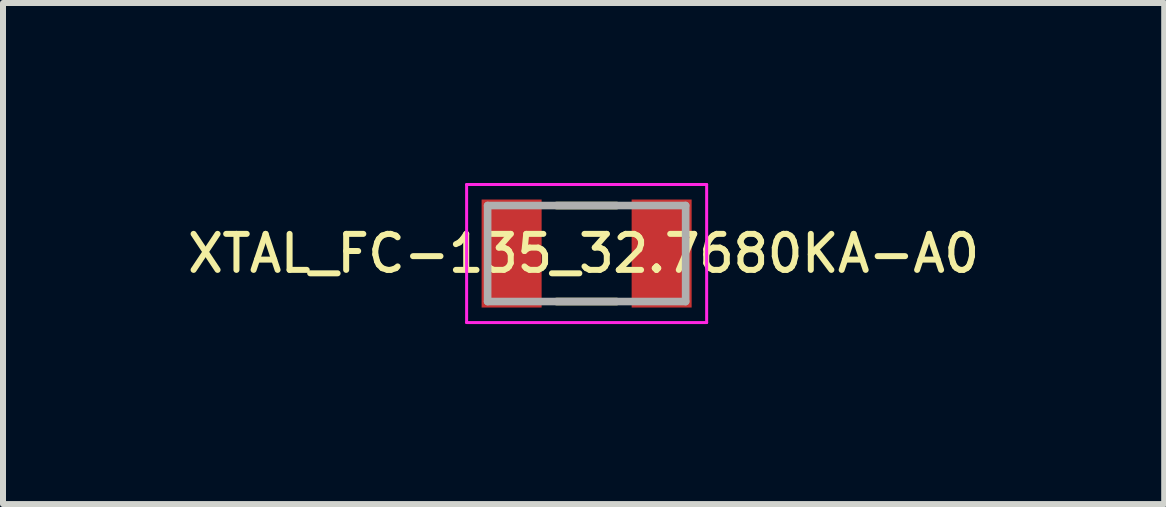
<source format=kicad_pcb>
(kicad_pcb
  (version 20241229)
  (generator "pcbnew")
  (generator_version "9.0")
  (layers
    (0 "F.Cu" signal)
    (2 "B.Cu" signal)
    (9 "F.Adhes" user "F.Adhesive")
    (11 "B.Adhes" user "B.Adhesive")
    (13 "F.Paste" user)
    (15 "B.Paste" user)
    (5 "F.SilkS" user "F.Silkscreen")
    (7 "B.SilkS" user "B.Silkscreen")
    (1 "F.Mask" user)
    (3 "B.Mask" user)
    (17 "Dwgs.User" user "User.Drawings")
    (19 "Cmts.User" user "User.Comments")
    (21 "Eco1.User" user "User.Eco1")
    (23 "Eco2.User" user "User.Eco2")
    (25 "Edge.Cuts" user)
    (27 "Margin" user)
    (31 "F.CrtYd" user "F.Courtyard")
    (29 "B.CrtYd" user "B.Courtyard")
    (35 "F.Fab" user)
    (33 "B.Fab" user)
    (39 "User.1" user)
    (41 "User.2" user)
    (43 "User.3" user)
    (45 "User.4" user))
  (footprint "XTAL_FC-135_32.7680KA-A0"
    (layer "F.Cu")
    (at 6.726 1.175)
    (property "Reference" "XTAL_FC-135_32.7680KA-A0" (at -0.05 0 180) (layer "F.SilkS") (effects (font (size 0.6 0.6) (thickness 0.1) (bold yes))))
    (attr smd)
    (fp_line (start -0.5 -0.8) (end 0.5 -0.8) (stroke (width 0.127) (type solid)) (layer "F.SilkS"))
    (fp_line (start -0.5 0.8) (end 0.5 0.8) (stroke (width 0.127) (type solid)) (layer "F.SilkS"))
    (fp_line (start -2 -1.15) (end -2 1.15) (stroke (width 0.05) (type solid)) (layer "F.CrtYd"))
    (fp_line (start -2 1.15) (end 2 1.15) (stroke (width 0.05) (type solid)) (layer "F.CrtYd"))
    (fp_line (start 2 -1.15) (end -2 -1.15) (stroke (width 0.05) (type solid)) (layer "F.CrtYd"))
    (fp_line (start 2 1.15) (end 2 -1.15) (stroke (width 0.05) (type solid)) (layer "F.CrtYd"))
    (fp_line (start -1.65 -0.8) (end 1.65 -0.8) (stroke (width 0.127) (type solid)) (layer "F.Fab"))
    (fp_line (start -1.65 0.8) (end -1.65 -0.8) (stroke (width 0.127) (type solid)) (layer "F.Fab"))
    (fp_line (start 1.65 -0.8) (end 1.65 0.8) (stroke (width 0.127) (type solid)) (layer "F.Fab"))
    (fp_line (start 1.65 0.8) (end -1.65 0.8) (stroke (width 0.127) (type solid)) (layer "F.Fab"))
    (pad "1" smd rect (at -1.25 0) (size 1 1.8) (layers "F.Cu" "F.Mask" "F.Paste"))
    (pad "2" smd rect (at 1.25 0) (size 1 1.8) (layers "F.Cu" "F.Mask" "F.Paste"))
    (zone (net_name "") (layer "F.Cu") (hatch edge 0.5) (connect_pads) (min_thickness 0.25) (filled_areas_thickness no) (keepout (tracks not_allowed) (vias not_allowed) (pads not_allowed) (copperpour not_allowed) (footprints not_allowed)) (placement (enabled no)) (fill) (polygon (pts (xy 5.976 0.275) (xy 7.476 0.275) (xy 7.476 2.075) (xy 5.976 2.075)))))
  (gr_rect
    (start -3 -3)
    (end 16.351 5.35)
    (stroke (width 0.1) (type default))
    (fill no)
    (layer "Edge.Cuts")))
</source>
